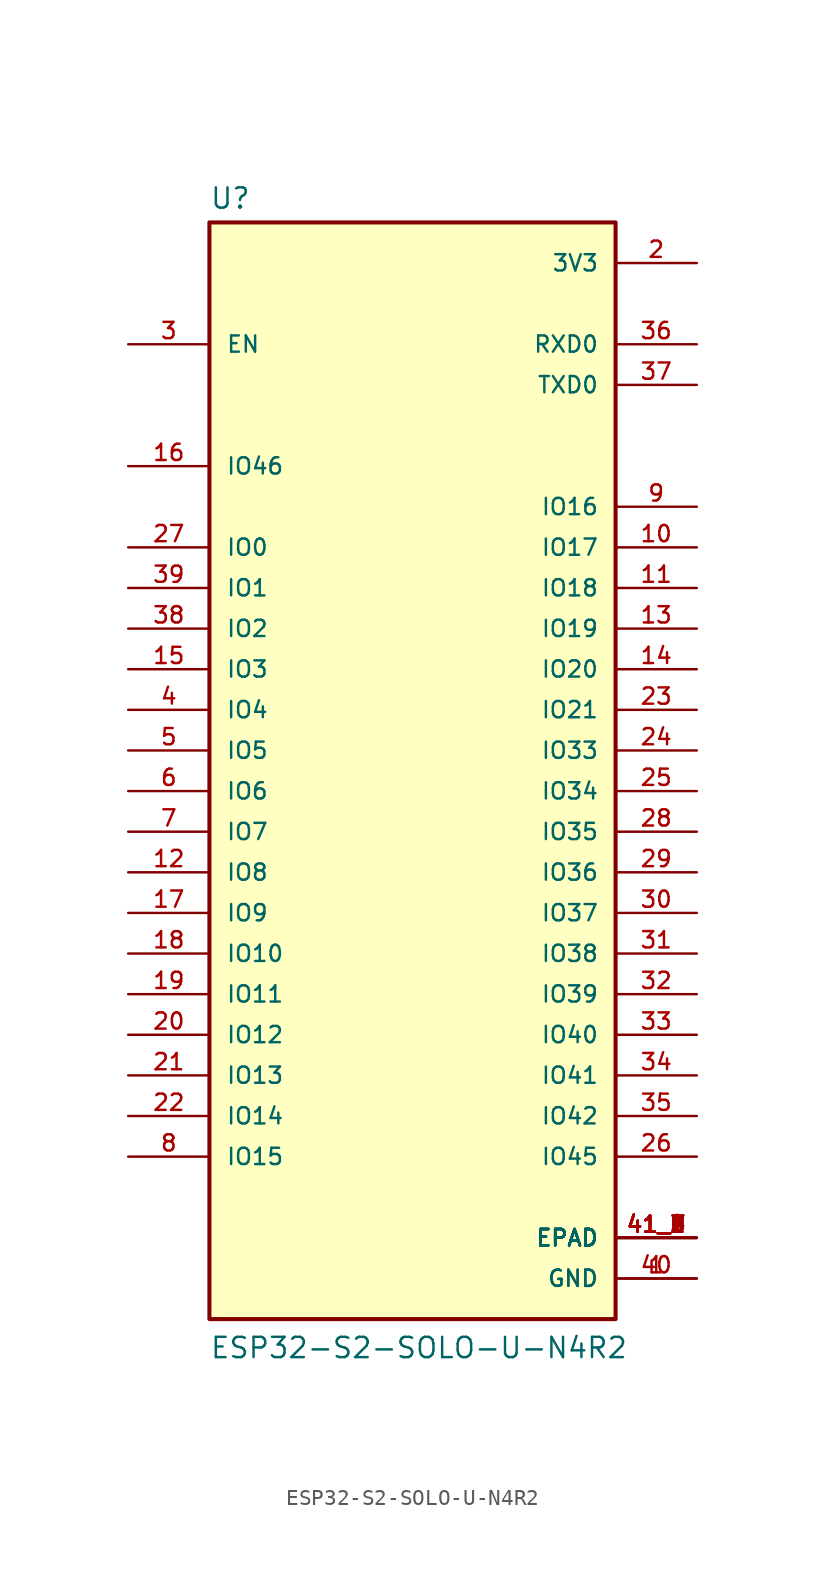
<source format=kicad_sym>
(kicad_symbol_lib
  (version 20211014)
  (generator kicad_symbol_editor)
  (symbol "ESP32-S2-SOLO-U-N4R2"
    (pin_names
      (offset 1.016))
    (property "Reference" "U"
      (at -12.7 33.782 0)
      (effects (font (size 1.27 1.27)) (justify bottom left)))
    (property "Value" "ESP32-S2-SOLO-U-N4R2"
      (at -12.7 -38.1 0)
      (effects (font (size 1.27 1.27)) (justify bottom left)))
    (symbol "ESP32-S2-SOLO-U-N4R2_0_0"
      (rectangle (start -12.7 -35.56) (end 12.7 33.02) (stroke (width 0.254)) (fill (type background)))
      (pin power_in line (at 17.78 -33.02 180.0) (length 5.08) (name "GND" (effects (font (size 1.016 1.016)))) (number "1" (effects (font (size 1.016 1.016)))))
      (pin power_in line (at 17.78 -33.02 180.0) (length 5.08) (name "GND" (effects (font (size 1.016 1.016)))) (number "40" (effects (font (size 1.016 1.016)))))
      (pin power_in line (at 17.78 30.48 180.0) (length 5.08) (name "3V3" (effects (font (size 1.016 1.016)))) (number "2" (effects (font (size 1.016 1.016)))))
      (pin input line (at -17.78 25.4 0) (length 5.08) (name "EN" (effects (font (size 1.016 1.016)))) (number "3" (effects (font (size 1.016 1.016)))))
      (pin bidirectional line (at 17.78 25.4 180.0) (length 5.08) (name "RXD0" (effects (font (size 1.016 1.016)))) (number "36" (effects (font (size 1.016 1.016)))))
      (pin bidirectional line (at 17.78 22.86 180.0) (length 5.08) (name "TXD0" (effects (font (size 1.016 1.016)))) (number "37" (effects (font (size 1.016 1.016)))))
      (pin power_in line (at 17.78 -30.48 180.0) (length 5.08) (name "EPAD" (effects (font (size 1.016 1.016)))) (number "41_1" (effects (font (size 1.016 1.016)))))
      (pin power_in line (at 17.78 -30.48 180.0) (length 5.08) (name "EPAD" (effects (font (size 1.016 1.016)))) (number "41_2" (effects (font (size 1.016 1.016)))))
      (pin power_in line (at 17.78 -30.48 180.0) (length 5.08) (name "EPAD" (effects (font (size 1.016 1.016)))) (number "41_3" (effects (font (size 1.016 1.016)))))
      (pin power_in line (at 17.78 -30.48 180.0) (length 5.08) (name "EPAD" (effects (font (size 1.016 1.016)))) (number "41_4" (effects (font (size 1.016 1.016)))))
      (pin power_in line (at 17.78 -30.48 180.0) (length 5.08) (name "EPAD" (effects (font (size 1.016 1.016)))) (number "41_5" (effects (font (size 1.016 1.016)))))
      (pin power_in line (at 17.78 -30.48 180.0) (length 5.08) (name "EPAD" (effects (font (size 1.016 1.016)))) (number "41_6" (effects (font (size 1.016 1.016)))))
      (pin power_in line (at 17.78 -30.48 180.0) (length 5.08) (name "EPAD" (effects (font (size 1.016 1.016)))) (number "41_7" (effects (font (size 1.016 1.016)))))
      (pin power_in line (at 17.78 -30.48 180.0) (length 5.08) (name "EPAD" (effects (font (size 1.016 1.016)))) (number "41_8" (effects (font (size 1.016 1.016)))))
      (pin power_in line (at 17.78 -30.48 180.0) (length 5.08) (name "EPAD" (effects (font (size 1.016 1.016)))) (number "41_9" (effects (font (size 1.016 1.016)))))
      (pin bidirectional line (at -17.78 12.7 0) (length 5.08) (name "IO0" (effects (font (size 1.016 1.016)))) (number "27" (effects (font (size 1.016 1.016)))))
      (pin bidirectional line (at 17.78 0.0 180.0) (length 5.08) (name "IO33" (effects (font (size 1.016 1.016)))) (number "24" (effects (font (size 1.016 1.016)))))
      (pin bidirectional line (at 17.78 -2.54 180.0) (length 5.08) (name "IO34" (effects (font (size 1.016 1.016)))) (number "25" (effects (font (size 1.016 1.016)))))
      (pin bidirectional line (at 17.78 -5.08 180.0) (length 5.08) (name "IO35" (effects (font (size 1.016 1.016)))) (number "28" (effects (font (size 1.016 1.016)))))
      (pin bidirectional line (at 17.78 -7.62 180.0) (length 5.08) (name "IO36" (effects (font (size 1.016 1.016)))) (number "29" (effects (font (size 1.016 1.016)))))
      (pin bidirectional line (at 17.78 -10.16 180.0) (length 5.08) (name "IO37" (effects (font (size 1.016 1.016)))) (number "30" (effects (font (size 1.016 1.016)))))
      (pin bidirectional line (at 17.78 -12.7 180.0) (length 5.08) (name "IO38" (effects (font (size 1.016 1.016)))) (number "31" (effects (font (size 1.016 1.016)))))
      (pin bidirectional line (at 17.78 -15.24 180.0) (length 5.08) (name "IO39" (effects (font (size 1.016 1.016)))) (number "32" (effects (font (size 1.016 1.016)))))
      (pin bidirectional line (at 17.78 -17.78 180.0) (length 5.08) (name "IO40" (effects (font (size 1.016 1.016)))) (number "33" (effects (font (size 1.016 1.016)))))
      (pin bidirectional line (at 17.78 -20.32 180.0) (length 5.08) (name "IO41" (effects (font (size 1.016 1.016)))) (number "34" (effects (font (size 1.016 1.016)))))
      (pin bidirectional line (at 17.78 -22.86 180.0) (length 5.08) (name "IO42" (effects (font (size 1.016 1.016)))) (number "35" (effects (font (size 1.016 1.016)))))
      (pin bidirectional line (at 17.78 -25.4 180.0) (length 5.08) (name "IO45" (effects (font (size 1.016 1.016)))) (number "26" (effects (font (size 1.016 1.016)))))
      (pin input line (at -17.78 17.78 0) (length 5.08) (name "IO46" (effects (font (size 1.016 1.016)))) (number "16" (effects (font (size 1.016 1.016)))))
      (pin bidirectional line (at -17.78 10.16 0) (length 5.08) (name "IO1" (effects (font (size 1.016 1.016)))) (number "39" (effects (font (size 1.016 1.016)))))
      (pin bidirectional line (at -17.78 7.62 0) (length 5.08) (name "IO2" (effects (font (size 1.016 1.016)))) (number "38" (effects (font (size 1.016 1.016)))))
      (pin bidirectional line (at -17.78 5.08 0) (length 5.08) (name "IO3" (effects (font (size 1.016 1.016)))) (number "15" (effects (font (size 1.016 1.016)))))
      (pin bidirectional line (at -17.78 2.54 0) (length 5.08) (name "IO4" (effects (font (size 1.016 1.016)))) (number "4" (effects (font (size 1.016 1.016)))))
      (pin bidirectional line (at -17.78 0.0 0) (length 5.08) (name "IO5" (effects (font (size 1.016 1.016)))) (number "5" (effects (font (size 1.016 1.016)))))
      (pin bidirectional line (at -17.78 -2.54 0) (length 5.08) (name "IO6" (effects (font (size 1.016 1.016)))) (number "6" (effects (font (size 1.016 1.016)))))
      (pin bidirectional line (at -17.78 -5.08 0) (length 5.08) (name "IO7" (effects (font (size 1.016 1.016)))) (number "7" (effects (font (size 1.016 1.016)))))
      (pin bidirectional line (at -17.78 -7.62 0) (length 5.08) (name "IO8" (effects (font (size 1.016 1.016)))) (number "12" (effects (font (size 1.016 1.016)))))
      (pin bidirectional line (at -17.78 -10.16 0) (length 5.08) (name "IO9" (effects (font (size 1.016 1.016)))) (number "17" (effects (font (size 1.016 1.016)))))
      (pin bidirectional line (at -17.78 -12.7 0) (length 5.08) (name "IO10" (effects (font (size 1.016 1.016)))) (number "18" (effects (font (size 1.016 1.016)))))
      (pin bidirectional line (at -17.78 -15.24 0) (length 5.08) (name "IO11" (effects (font (size 1.016 1.016)))) (number "19" (effects (font (size 1.016 1.016)))))
      (pin bidirectional line (at -17.78 -17.78 0) (length 5.08) (name "IO12" (effects (font (size 1.016 1.016)))) (number "20" (effects (font (size 1.016 1.016)))))
      (pin bidirectional line (at -17.78 -20.32 0) (length 5.08) (name "IO13" (effects (font (size 1.016 1.016)))) (number "21" (effects (font (size 1.016 1.016)))))
      (pin bidirectional line (at -17.78 -22.86 0) (length 5.08) (name "IO14" (effects (font (size 1.016 1.016)))) (number "22" (effects (font (size 1.016 1.016)))))
      (pin bidirectional line (at -17.78 -25.4 0) (length 5.08) (name "IO15" (effects (font (size 1.016 1.016)))) (number "8" (effects (font (size 1.016 1.016)))))
      (pin bidirectional line (at 17.78 15.24 180.0) (length 5.08) (name "IO16" (effects (font (size 1.016 1.016)))) (number "9" (effects (font (size 1.016 1.016)))))
      (pin bidirectional line (at 17.78 12.7 180.0) (length 5.08) (name "IO17" (effects (font (size 1.016 1.016)))) (number "10" (effects (font (size 1.016 1.016)))))
      (pin bidirectional line (at 17.78 10.16 180.0) (length 5.08) (name "IO18" (effects (font (size 1.016 1.016)))) (number "11" (effects (font (size 1.016 1.016)))))
      (pin bidirectional line (at 17.78 7.62 180.0) (length 5.08) (name "IO19" (effects (font (size 1.016 1.016)))) (number "13" (effects (font (size 1.016 1.016)))))
      (pin bidirectional line (at 17.78 5.08 180.0) (length 5.08) (name "IO20" (effects (font (size 1.016 1.016)))) (number "14" (effects (font (size 1.016 1.016)))))
      (pin bidirectional line (at 17.78 2.54 180.0) (length 5.08) (name "IO21" (effects (font (size 1.016 1.016)))) (number "23" (effects (font (size 1.016 1.016))))))))
</source>
